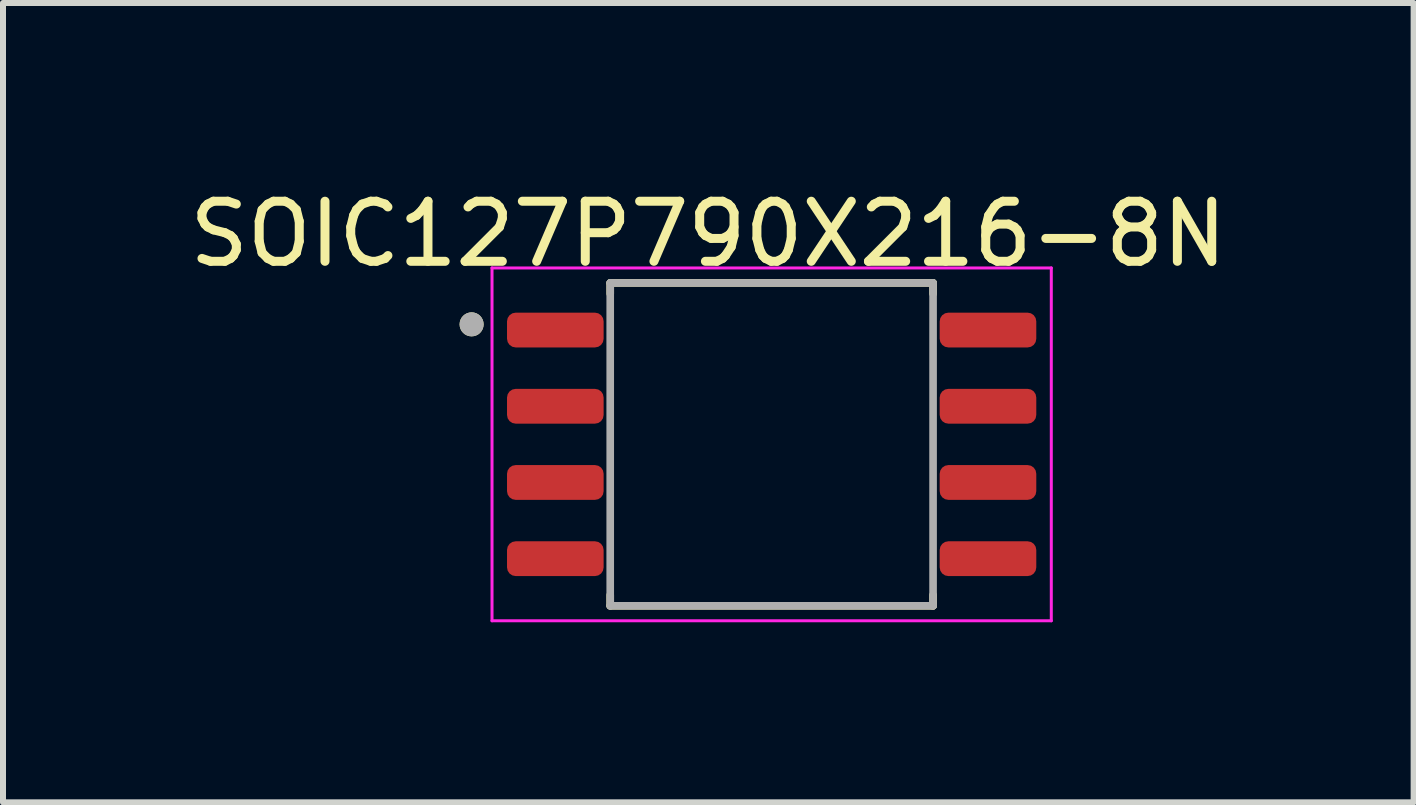
<source format=kicad_pcb>
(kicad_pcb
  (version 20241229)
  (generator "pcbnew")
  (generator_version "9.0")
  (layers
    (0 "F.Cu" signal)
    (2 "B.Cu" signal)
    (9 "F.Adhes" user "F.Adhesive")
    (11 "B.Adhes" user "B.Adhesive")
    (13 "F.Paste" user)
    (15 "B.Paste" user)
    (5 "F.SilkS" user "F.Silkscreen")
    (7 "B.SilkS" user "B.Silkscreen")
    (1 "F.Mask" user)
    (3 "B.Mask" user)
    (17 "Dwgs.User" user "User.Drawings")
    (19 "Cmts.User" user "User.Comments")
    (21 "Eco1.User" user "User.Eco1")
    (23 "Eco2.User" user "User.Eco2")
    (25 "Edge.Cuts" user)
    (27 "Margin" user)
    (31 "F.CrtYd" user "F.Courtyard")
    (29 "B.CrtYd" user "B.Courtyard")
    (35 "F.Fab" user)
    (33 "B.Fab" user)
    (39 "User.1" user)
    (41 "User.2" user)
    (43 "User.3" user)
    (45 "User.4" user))
  (footprint "SOIC127P790X216-8N"
    (layer "F.Cu")
    (at 9.809 4.355)
    (property "Reference" "SOIC127P790X216-8N" (at -1.056 -3.506 0) (layer "F.SilkS") (effects (font (size 1.001 1.001) (thickness 0.15))))
    (attr smd)
    (fp_line (start -2.69 -2.69) (end -2.69 -2.51) (stroke (width 0.127) (type solid)) (layer "F.SilkS"))
    (fp_line (start -2.69 -2.69) (end 2.69 -2.69) (stroke (width 0.127) (type solid)) (layer "F.SilkS"))
    (fp_line (start -2.69 2.51) (end -2.69 2.69) (stroke (width 0.127) (type solid)) (layer "F.SilkS"))
    (fp_line (start -2.69 2.69) (end 2.69 2.69) (stroke (width 0.127) (type solid)) (layer "F.SilkS"))
    (fp_line (start 2.69 -2.69) (end 2.69 -2.51) (stroke (width 0.127) (type solid)) (layer "F.SilkS"))
    (fp_line (start 2.69 2.51) (end 2.69 2.69) (stroke (width 0.127) (type solid)) (layer "F.SilkS"))
    (fp_circle (center -5 -2) (end -4.9 -2) (stroke (width 0.2) (type solid)) (fill no) (layer "F.SilkS"))
    (fp_line (start -4.66 -2.94) (end -4.66 2.94) (stroke (width 0.05) (type solid)) (layer "F.CrtYd"))
    (fp_line (start -4.66 -2.94) (end 4.66 -2.94) (stroke (width 0.05) (type solid)) (layer "F.CrtYd"))
    (fp_line (start -4.66 2.94) (end 4.66 2.94) (stroke (width 0.05) (type solid)) (layer "F.CrtYd"))
    (fp_line (start 4.66 -2.94) (end 4.66 2.94) (stroke (width 0.05) (type solid)) (layer "F.CrtYd"))
    (fp_line (start -2.69 -2.69) (end -2.69 2.69) (stroke (width 0.127) (type solid)) (layer "F.Fab"))
    (fp_line (start -2.69 -2.69) (end 2.69 -2.69) (stroke (width 0.127) (type solid)) (layer "F.Fab"))
    (fp_line (start -2.69 2.69) (end 2.69 2.69) (stroke (width 0.127) (type solid)) (layer "F.Fab"))
    (fp_line (start 2.69 -2.69) (end 2.69 2.69) (stroke (width 0.127) (type solid)) (layer "F.Fab"))
    (fp_circle (center -5 -2) (end -4.9 -2) (stroke (width 0.2) (type solid)) (fill no) (layer "F.Fab"))
    (pad "1" smd roundrect (at -3.605 -1.905) (size 1.61 0.58) (layers "F.Cu" "F.Mask" "F.Paste") (roundrect_rratio 0.25))
    (pad "2" smd roundrect (at -3.605 -0.635) (size 1.61 0.58) (layers "F.Cu" "F.Mask" "F.Paste") (roundrect_rratio 0.25))
    (pad "3" smd roundrect (at -3.605 0.635) (size 1.61 0.58) (layers "F.Cu" "F.Mask" "F.Paste") (roundrect_rratio 0.25))
    (pad "4" smd roundrect (at -3.605 1.905) (size 1.61 0.58) (layers "F.Cu" "F.Mask" "F.Paste") (roundrect_rratio 0.25))
    (pad "5" smd roundrect (at 3.605 1.905) (size 1.61 0.58) (layers "F.Cu" "F.Mask" "F.Paste") (roundrect_rratio 0.25))
    (pad "6" smd roundrect (at 3.605 0.635) (size 1.61 0.58) (layers "F.Cu" "F.Mask" "F.Paste") (roundrect_rratio 0.25))
    (pad "7" smd roundrect (at 3.605 -0.635) (size 1.61 0.58) (layers "F.Cu" "F.Mask" "F.Paste") (roundrect_rratio 0.25))
    (pad "8" smd roundrect (at 3.605 -1.905) (size 1.61 0.58) (layers "F.Cu" "F.Mask" "F.Paste") (roundrect_rratio 0.25)))
  (gr_rect
    (start -3 -3)
    (end 20.507 10.32)
    (stroke (width 0.1) (type default))
    (fill no)
    (layer "Edge.Cuts")))
</source>
